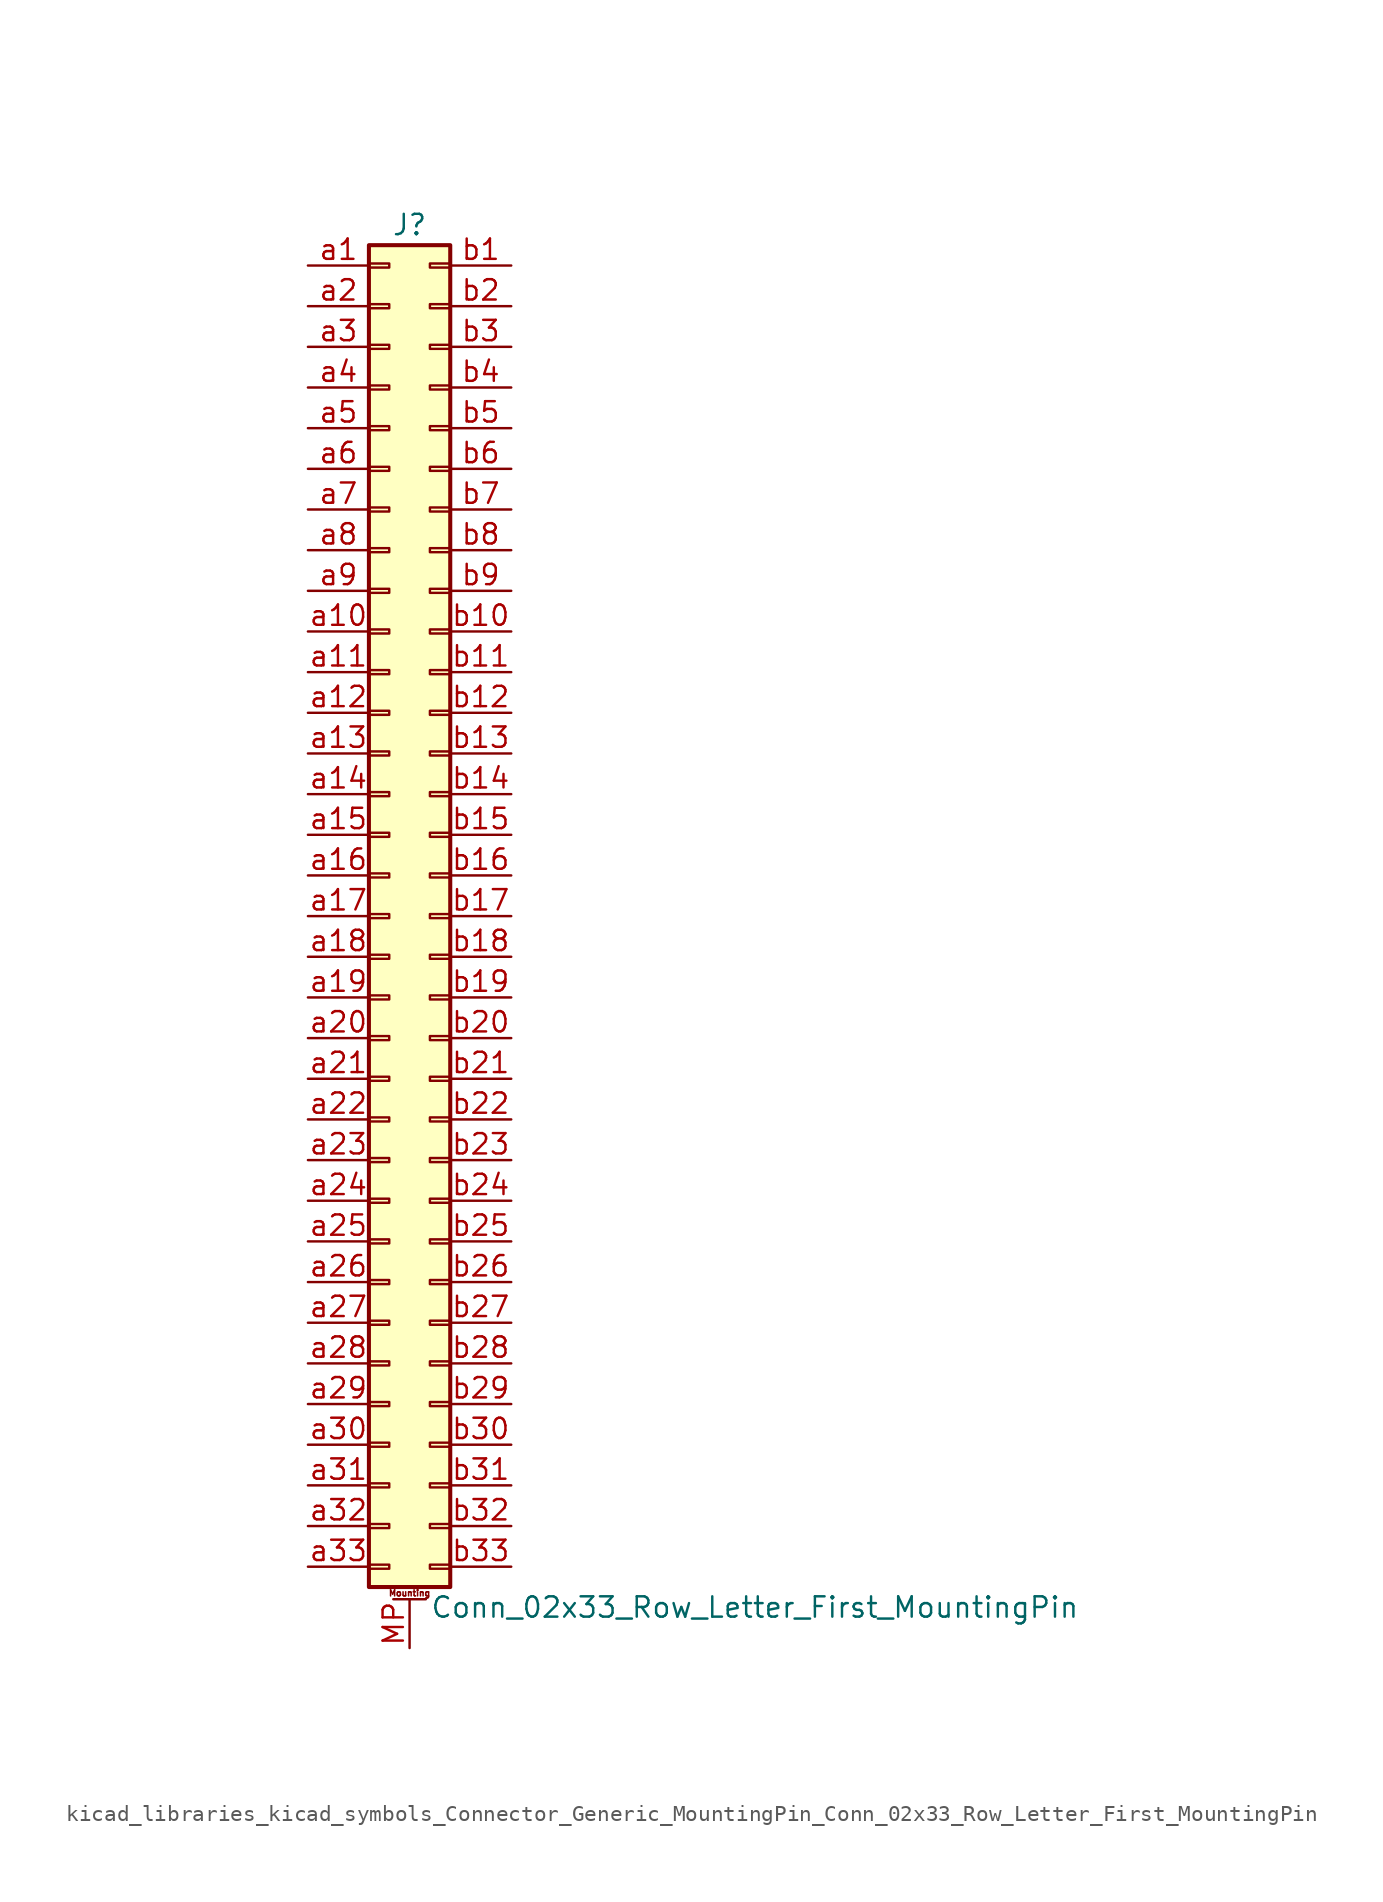
<source format=kicad_sym>
(kicad_symbol_lib
  (version 20220914)
  (generator kicad_symbol_editor)
  (symbol "kicad_libraries_kicad_symbols_Connector_Generic_MountingPin_Conn_02x33_Row_Letter_First_MountingPin"
    (pin_names
      (offset 1.016) hide)
    (property "Reference" "J"
      (at 1.27 43.18 0)
      (effects (font (size 1.27 1.27))))
    (property "Value" "Conn_02x33_Row_Letter_First_MountingPin"
      (at 2.54 -43.18 0)
      (effects (font (size 1.27 1.27)) (justify left)))
    (symbol "kicad_libraries_kicad_symbols_Connector_Generic_MountingPin_Conn_02x33_Row_Letter_First_MountingPin_1_1"
      (rectangle (start -1.27 -40.513) (end 0 -40.767) (stroke (width 0.152) (type default)) (fill (type none)))
      (rectangle (start -1.27 -37.973) (end 0 -38.227) (stroke (width 0.152) (type default)) (fill (type none)))
      (rectangle (start -1.27 -35.433) (end 0 -35.687) (stroke (width 0.152) (type default)) (fill (type none)))
      (rectangle (start -1.27 -32.893) (end 0 -33.147) (stroke (width 0.152) (type default)) (fill (type none)))
      (rectangle (start -1.27 -30.353) (end 0 -30.607) (stroke (width 0.152) (type default)) (fill (type none)))
      (rectangle (start -1.27 -27.813) (end 0 -28.067) (stroke (width 0.152) (type default)) (fill (type none)))
      (rectangle (start -1.27 -25.273) (end 0 -25.527) (stroke (width 0.152) (type default)) (fill (type none)))
      (rectangle (start -1.27 -22.733) (end 0 -22.987) (stroke (width 0.152) (type default)) (fill (type none)))
      (rectangle (start -1.27 -20.193) (end 0 -20.447) (stroke (width 0.152) (type default)) (fill (type none)))
      (rectangle (start -1.27 -17.653) (end 0 -17.907) (stroke (width 0.152) (type default)) (fill (type none)))
      (rectangle (start -1.27 -15.113) (end 0 -15.367) (stroke (width 0.152) (type default)) (fill (type none)))
      (rectangle (start -1.27 -12.573) (end 0 -12.827) (stroke (width 0.152) (type default)) (fill (type none)))
      (rectangle (start -1.27 -10.033) (end 0 -10.287) (stroke (width 0.152) (type default)) (fill (type none)))
      (rectangle (start -1.27 -7.493) (end 0 -7.747) (stroke (width 0.152) (type default)) (fill (type none)))
      (rectangle (start -1.27 -4.953) (end 0 -5.207) (stroke (width 0.152) (type default)) (fill (type none)))
      (rectangle (start -1.27 -2.413) (end 0 -2.667) (stroke (width 0.152) (type default)) (fill (type none)))
      (rectangle (start -1.27 0.127) (end 0 -0.127) (stroke (width 0.152) (type default)) (fill (type none)))
      (rectangle (start -1.27 2.667) (end 0 2.413) (stroke (width 0.152) (type default)) (fill (type none)))
      (rectangle (start -1.27 5.207) (end 0 4.953) (stroke (width 0.152) (type default)) (fill (type none)))
      (rectangle (start -1.27 7.747) (end 0 7.493) (stroke (width 0.152) (type default)) (fill (type none)))
      (rectangle (start -1.27 10.287) (end 0 10.033) (stroke (width 0.152) (type default)) (fill (type none)))
      (rectangle (start -1.27 12.827) (end 0 12.573) (stroke (width 0.152) (type default)) (fill (type none)))
      (rectangle (start -1.27 15.367) (end 0 15.113) (stroke (width 0.152) (type default)) (fill (type none)))
      (rectangle (start -1.27 17.907) (end 0 17.653) (stroke (width 0.152) (type default)) (fill (type none)))
      (rectangle (start -1.27 20.447) (end 0 20.193) (stroke (width 0.152) (type default)) (fill (type none)))
      (rectangle (start -1.27 22.987) (end 0 22.733) (stroke (width 0.152) (type default)) (fill (type none)))
      (rectangle (start -1.27 25.527) (end 0 25.273) (stroke (width 0.152) (type default)) (fill (type none)))
      (rectangle (start -1.27 28.067) (end 0 27.813) (stroke (width 0.152) (type default)) (fill (type none)))
      (rectangle (start -1.27 30.607) (end 0 30.353) (stroke (width 0.152) (type default)) (fill (type none)))
      (rectangle (start -1.27 33.147) (end 0 32.893) (stroke (width 0.152) (type default)) (fill (type none)))
      (rectangle (start -1.27 35.687) (end 0 35.433) (stroke (width 0.152) (type default)) (fill (type none)))
      (rectangle (start -1.27 38.227) (end 0 37.973) (stroke (width 0.152) (type default)) (fill (type none)))
      (rectangle (start -1.27 40.767) (end 0 40.513) (stroke (width 0.152) (type default)) (fill (type none)))
      (rectangle (start -1.27 41.91) (end 3.81 -41.91) (stroke (width 0.254) (type default)) (fill (type background)))
      (polyline (pts (xy 0.254 -42.672) (xy 2.286 -42.672)) (stroke (width 0.152) (type default)) (fill (type none)))
      (rectangle (start 3.81 -40.513) (end 2.54 -40.767) (stroke (width 0.152) (type default)) (fill (type none)))
      (rectangle (start 3.81 -37.973) (end 2.54 -38.227) (stroke (width 0.152) (type default)) (fill (type none)))
      (rectangle (start 3.81 -35.433) (end 2.54 -35.687) (stroke (width 0.152) (type default)) (fill (type none)))
      (rectangle (start 3.81 -32.893) (end 2.54 -33.147) (stroke (width 0.152) (type default)) (fill (type none)))
      (rectangle (start 3.81 -30.353) (end 2.54 -30.607) (stroke (width 0.152) (type default)) (fill (type none)))
      (rectangle (start 3.81 -27.813) (end 2.54 -28.067) (stroke (width 0.152) (type default)) (fill (type none)))
      (rectangle (start 3.81 -25.273) (end 2.54 -25.527) (stroke (width 0.152) (type default)) (fill (type none)))
      (rectangle (start 3.81 -22.733) (end 2.54 -22.987) (stroke (width 0.152) (type default)) (fill (type none)))
      (rectangle (start 3.81 -20.193) (end 2.54 -20.447) (stroke (width 0.152) (type default)) (fill (type none)))
      (rectangle (start 3.81 -17.653) (end 2.54 -17.907) (stroke (width 0.152) (type default)) (fill (type none)))
      (rectangle (start 3.81 -15.113) (end 2.54 -15.367) (stroke (width 0.152) (type default)) (fill (type none)))
      (rectangle (start 3.81 -12.573) (end 2.54 -12.827) (stroke (width 0.152) (type default)) (fill (type none)))
      (rectangle (start 3.81 -10.033) (end 2.54 -10.287) (stroke (width 0.152) (type default)) (fill (type none)))
      (rectangle (start 3.81 -7.493) (end 2.54 -7.747) (stroke (width 0.152) (type default)) (fill (type none)))
      (rectangle (start 3.81 -4.953) (end 2.54 -5.207) (stroke (width 0.152) (type default)) (fill (type none)))
      (rectangle (start 3.81 -2.413) (end 2.54 -2.667) (stroke (width 0.152) (type default)) (fill (type none)))
      (rectangle (start 3.81 0.127) (end 2.54 -0.127) (stroke (width 0.152) (type default)) (fill (type none)))
      (rectangle (start 3.81 2.667) (end 2.54 2.413) (stroke (width 0.152) (type default)) (fill (type none)))
      (rectangle (start 3.81 5.207) (end 2.54 4.953) (stroke (width 0.152) (type default)) (fill (type none)))
      (rectangle (start 3.81 7.747) (end 2.54 7.493) (stroke (width 0.152) (type default)) (fill (type none)))
      (rectangle (start 3.81 10.287) (end 2.54 10.033) (stroke (width 0.152) (type default)) (fill (type none)))
      (rectangle (start 3.81 12.827) (end 2.54 12.573) (stroke (width 0.152) (type default)) (fill (type none)))
      (rectangle (start 3.81 15.367) (end 2.54 15.113) (stroke (width 0.152) (type default)) (fill (type none)))
      (rectangle (start 3.81 17.907) (end 2.54 17.653) (stroke (width 0.152) (type default)) (fill (type none)))
      (rectangle (start 3.81 20.447) (end 2.54 20.193) (stroke (width 0.152) (type default)) (fill (type none)))
      (rectangle (start 3.81 22.987) (end 2.54 22.733) (stroke (width 0.152) (type default)) (fill (type none)))
      (rectangle (start 3.81 25.527) (end 2.54 25.273) (stroke (width 0.152) (type default)) (fill (type none)))
      (rectangle (start 3.81 28.067) (end 2.54 27.813) (stroke (width 0.152) (type default)) (fill (type none)))
      (rectangle (start 3.81 30.607) (end 2.54 30.353) (stroke (width 0.152) (type default)) (fill (type none)))
      (rectangle (start 3.81 33.147) (end 2.54 32.893) (stroke (width 0.152) (type default)) (fill (type none)))
      (rectangle (start 3.81 35.687) (end 2.54 35.433) (stroke (width 0.152) (type default)) (fill (type none)))
      (rectangle (start 3.81 38.227) (end 2.54 37.973) (stroke (width 0.152) (type default)) (fill (type none)))
      (rectangle (start 3.81 40.767) (end 2.54 40.513) (stroke (width 0.152) (type default)) (fill (type none)))
      (text "Mounting" (at 1.27 -42.291 0) (effects (font (size 0.381 0.381))))
      (pin passive line (at 1.27 -45.72 90) (length 3.048) (name "MountPin" (effects (font (size 1.27 1.27)))) (number "MP" (effects (font (size 1.27 1.27)))))
      (pin passive line (at -5.08 40.64 0) (length 3.81) (name "Pin_a1" (effects (font (size 1.27 1.27)))) (number "a1" (effects (font (size 1.27 1.27)))))
      (pin passive line (at -5.08 17.78 0) (length 3.81) (name "Pin_a10" (effects (font (size 1.27 1.27)))) (number "a10" (effects (font (size 1.27 1.27)))))
      (pin passive line (at -5.08 15.24 0) (length 3.81) (name "Pin_a11" (effects (font (size 1.27 1.27)))) (number "a11" (effects (font (size 1.27 1.27)))))
      (pin passive line (at -5.08 12.7 0) (length 3.81) (name "Pin_a12" (effects (font (size 1.27 1.27)))) (number "a12" (effects (font (size 1.27 1.27)))))
      (pin passive line (at -5.08 10.16 0) (length 3.81) (name "Pin_a13" (effects (font (size 1.27 1.27)))) (number "a13" (effects (font (size 1.27 1.27)))))
      (pin passive line (at -5.08 7.62 0) (length 3.81) (name "Pin_a14" (effects (font (size 1.27 1.27)))) (number "a14" (effects (font (size 1.27 1.27)))))
      (pin passive line (at -5.08 5.08 0) (length 3.81) (name "Pin_a15" (effects (font (size 1.27 1.27)))) (number "a15" (effects (font (size 1.27 1.27)))))
      (pin passive line (at -5.08 2.54 0) (length 3.81) (name "Pin_a16" (effects (font (size 1.27 1.27)))) (number "a16" (effects (font (size 1.27 1.27)))))
      (pin passive line (at -5.08 0 0) (length 3.81) (name "Pin_a17" (effects (font (size 1.27 1.27)))) (number "a17" (effects (font (size 1.27 1.27)))))
      (pin passive line (at -5.08 -2.54 0) (length 3.81) (name "Pin_a18" (effects (font (size 1.27 1.27)))) (number "a18" (effects (font (size 1.27 1.27)))))
      (pin passive line (at -5.08 -5.08 0) (length 3.81) (name "Pin_a19" (effects (font (size 1.27 1.27)))) (number "a19" (effects (font (size 1.27 1.27)))))
      (pin passive line (at -5.08 38.1 0) (length 3.81) (name "Pin_a2" (effects (font (size 1.27 1.27)))) (number "a2" (effects (font (size 1.27 1.27)))))
      (pin passive line (at -5.08 -7.62 0) (length 3.81) (name "Pin_a20" (effects (font (size 1.27 1.27)))) (number "a20" (effects (font (size 1.27 1.27)))))
      (pin passive line (at -5.08 -10.16 0) (length 3.81) (name "Pin_a21" (effects (font (size 1.27 1.27)))) (number "a21" (effects (font (size 1.27 1.27)))))
      (pin passive line (at -5.08 -12.7 0) (length 3.81) (name "Pin_a22" (effects (font (size 1.27 1.27)))) (number "a22" (effects (font (size 1.27 1.27)))))
      (pin passive line (at -5.08 -15.24 0) (length 3.81) (name "Pin_a23" (effects (font (size 1.27 1.27)))) (number "a23" (effects (font (size 1.27 1.27)))))
      (pin passive line (at -5.08 -17.78 0) (length 3.81) (name "Pin_a24" (effects (font (size 1.27 1.27)))) (number "a24" (effects (font (size 1.27 1.27)))))
      (pin passive line (at -5.08 -20.32 0) (length 3.81) (name "Pin_a25" (effects (font (size 1.27 1.27)))) (number "a25" (effects (font (size 1.27 1.27)))))
      (pin passive line (at -5.08 -22.86 0) (length 3.81) (name "Pin_a26" (effects (font (size 1.27 1.27)))) (number "a26" (effects (font (size 1.27 1.27)))))
      (pin passive line (at -5.08 -25.4 0) (length 3.81) (name "Pin_a27" (effects (font (size 1.27 1.27)))) (number "a27" (effects (font (size 1.27 1.27)))))
      (pin passive line (at -5.08 -27.94 0) (length 3.81) (name "Pin_a28" (effects (font (size 1.27 1.27)))) (number "a28" (effects (font (size 1.27 1.27)))))
      (pin passive line (at -5.08 -30.48 0) (length 3.81) (name "Pin_a29" (effects (font (size 1.27 1.27)))) (number "a29" (effects (font (size 1.27 1.27)))))
      (pin passive line (at -5.08 35.56 0) (length 3.81) (name "Pin_a3" (effects (font (size 1.27 1.27)))) (number "a3" (effects (font (size 1.27 1.27)))))
      (pin passive line (at -5.08 -33.02 0) (length 3.81) (name "Pin_a30" (effects (font (size 1.27 1.27)))) (number "a30" (effects (font (size 1.27 1.27)))))
      (pin passive line (at -5.08 -35.56 0) (length 3.81) (name "Pin_a31" (effects (font (size 1.27 1.27)))) (number "a31" (effects (font (size 1.27 1.27)))))
      (pin passive line (at -5.08 -38.1 0) (length 3.81) (name "Pin_a32" (effects (font (size 1.27 1.27)))) (number "a32" (effects (font (size 1.27 1.27)))))
      (pin passive line (at -5.08 -40.64 0) (length 3.81) (name "Pin_a33" (effects (font (size 1.27 1.27)))) (number "a33" (effects (font (size 1.27 1.27)))))
      (pin passive line (at -5.08 33.02 0) (length 3.81) (name "Pin_a4" (effects (font (size 1.27 1.27)))) (number "a4" (effects (font (size 1.27 1.27)))))
      (pin passive line (at -5.08 30.48 0) (length 3.81) (name "Pin_a5" (effects (font (size 1.27 1.27)))) (number "a5" (effects (font (size 1.27 1.27)))))
      (pin passive line (at -5.08 27.94 0) (length 3.81) (name "Pin_a6" (effects (font (size 1.27 1.27)))) (number "a6" (effects (font (size 1.27 1.27)))))
      (pin passive line (at -5.08 25.4 0) (length 3.81) (name "Pin_a7" (effects (font (size 1.27 1.27)))) (number "a7" (effects (font (size 1.27 1.27)))))
      (pin passive line (at -5.08 22.86 0) (length 3.81) (name "Pin_a8" (effects (font (size 1.27 1.27)))) (number "a8" (effects (font (size 1.27 1.27)))))
      (pin passive line (at -5.08 20.32 0) (length 3.81) (name "Pin_a9" (effects (font (size 1.27 1.27)))) (number "a9" (effects (font (size 1.27 1.27)))))
      (pin passive line (at 7.62 40.64 180) (length 3.81) (name "Pin_b1" (effects (font (size 1.27 1.27)))) (number "b1" (effects (font (size 1.27 1.27)))))
      (pin passive line (at 7.62 17.78 180) (length 3.81) (name "Pin_b10" (effects (font (size 1.27 1.27)))) (number "b10" (effects (font (size 1.27 1.27)))))
      (pin passive line (at 7.62 15.24 180) (length 3.81) (name "Pin_b11" (effects (font (size 1.27 1.27)))) (number "b11" (effects (font (size 1.27 1.27)))))
      (pin passive line (at 7.62 12.7 180) (length 3.81) (name "Pin_b12" (effects (font (size 1.27 1.27)))) (number "b12" (effects (font (size 1.27 1.27)))))
      (pin passive line (at 7.62 10.16 180) (length 3.81) (name "Pin_b13" (effects (font (size 1.27 1.27)))) (number "b13" (effects (font (size 1.27 1.27)))))
      (pin passive line (at 7.62 7.62 180) (length 3.81) (name "Pin_b14" (effects (font (size 1.27 1.27)))) (number "b14" (effects (font (size 1.27 1.27)))))
      (pin passive line (at 7.62 5.08 180) (length 3.81) (name "Pin_b15" (effects (font (size 1.27 1.27)))) (number "b15" (effects (font (size 1.27 1.27)))))
      (pin passive line (at 7.62 2.54 180) (length 3.81) (name "Pin_b16" (effects (font (size 1.27 1.27)))) (number "b16" (effects (font (size 1.27 1.27)))))
      (pin passive line (at 7.62 0 180) (length 3.81) (name "Pin_b17" (effects (font (size 1.27 1.27)))) (number "b17" (effects (font (size 1.27 1.27)))))
      (pin passive line (at 7.62 -2.54 180) (length 3.81) (name "Pin_b18" (effects (font (size 1.27 1.27)))) (number "b18" (effects (font (size 1.27 1.27)))))
      (pin passive line (at 7.62 -5.08 180) (length 3.81) (name "Pin_b19" (effects (font (size 1.27 1.27)))) (number "b19" (effects (font (size 1.27 1.27)))))
      (pin passive line (at 7.62 38.1 180) (length 3.81) (name "Pin_b2" (effects (font (size 1.27 1.27)))) (number "b2" (effects (font (size 1.27 1.27)))))
      (pin passive line (at 7.62 -7.62 180) (length 3.81) (name "Pin_b20" (effects (font (size 1.27 1.27)))) (number "b20" (effects (font (size 1.27 1.27)))))
      (pin passive line (at 7.62 -10.16 180) (length 3.81) (name "Pin_b21" (effects (font (size 1.27 1.27)))) (number "b21" (effects (font (size 1.27 1.27)))))
      (pin passive line (at 7.62 -12.7 180) (length 3.81) (name "Pin_b22" (effects (font (size 1.27 1.27)))) (number "b22" (effects (font (size 1.27 1.27)))))
      (pin passive line (at 7.62 -15.24 180) (length 3.81) (name "Pin_b23" (effects (font (size 1.27 1.27)))) (number "b23" (effects (font (size 1.27 1.27)))))
      (pin passive line (at 7.62 -17.78 180) (length 3.81) (name "Pin_b24" (effects (font (size 1.27 1.27)))) (number "b24" (effects (font (size 1.27 1.27)))))
      (pin passive line (at 7.62 -20.32 180) (length 3.81) (name "Pin_b25" (effects (font (size 1.27 1.27)))) (number "b25" (effects (font (size 1.27 1.27)))))
      (pin passive line (at 7.62 -22.86 180) (length 3.81) (name "Pin_b26" (effects (font (size 1.27 1.27)))) (number "b26" (effects (font (size 1.27 1.27)))))
      (pin passive line (at 7.62 -25.4 180) (length 3.81) (name "Pin_b27" (effects (font (size 1.27 1.27)))) (number "b27" (effects (font (size 1.27 1.27)))))
      (pin passive line (at 7.62 -27.94 180) (length 3.81) (name "Pin_b28" (effects (font (size 1.27 1.27)))) (number "b28" (effects (font (size 1.27 1.27)))))
      (pin passive line (at 7.62 -30.48 180) (length 3.81) (name "Pin_b29" (effects (font (size 1.27 1.27)))) (number "b29" (effects (font (size 1.27 1.27)))))
      (pin passive line (at 7.62 35.56 180) (length 3.81) (name "Pin_b3" (effects (font (size 1.27 1.27)))) (number "b3" (effects (font (size 1.27 1.27)))))
      (pin passive line (at 7.62 -33.02 180) (length 3.81) (name "Pin_b30" (effects (font (size 1.27 1.27)))) (number "b30" (effects (font (size 1.27 1.27)))))
      (pin passive line (at 7.62 -35.56 180) (length 3.81) (name "Pin_b31" (effects (font (size 1.27 1.27)))) (number "b31" (effects (font (size 1.27 1.27)))))
      (pin passive line (at 7.62 -38.1 180) (length 3.81) (name "Pin_b32" (effects (font (size 1.27 1.27)))) (number "b32" (effects (font (size 1.27 1.27)))))
      (pin passive line (at 7.62 -40.64 180) (length 3.81) (name "Pin_b33" (effects (font (size 1.27 1.27)))) (number "b33" (effects (font (size 1.27 1.27)))))
      (pin passive line (at 7.62 33.02 180) (length 3.81) (name "Pin_b4" (effects (font (size 1.27 1.27)))) (number "b4" (effects (font (size 1.27 1.27)))))
      (pin passive line (at 7.62 30.48 180) (length 3.81) (name "Pin_b5" (effects (font (size 1.27 1.27)))) (number "b5" (effects (font (size 1.27 1.27)))))
      (pin passive line (at 7.62 27.94 180) (length 3.81) (name "Pin_b6" (effects (font (size 1.27 1.27)))) (number "b6" (effects (font (size 1.27 1.27)))))
      (pin passive line (at 7.62 25.4 180) (length 3.81) (name "Pin_b7" (effects (font (size 1.27 1.27)))) (number "b7" (effects (font (size 1.27 1.27)))))
      (pin passive line (at 7.62 22.86 180) (length 3.81) (name "Pin_b8" (effects (font (size 1.27 1.27)))) (number "b8" (effects (font (size 1.27 1.27)))))
      (pin passive line (at 7.62 20.32 180) (length 3.81) (name "Pin_b9" (effects (font (size 1.27 1.27)))) (number "b9" (effects (font (size 1.27 1.27))))))))
</source>
